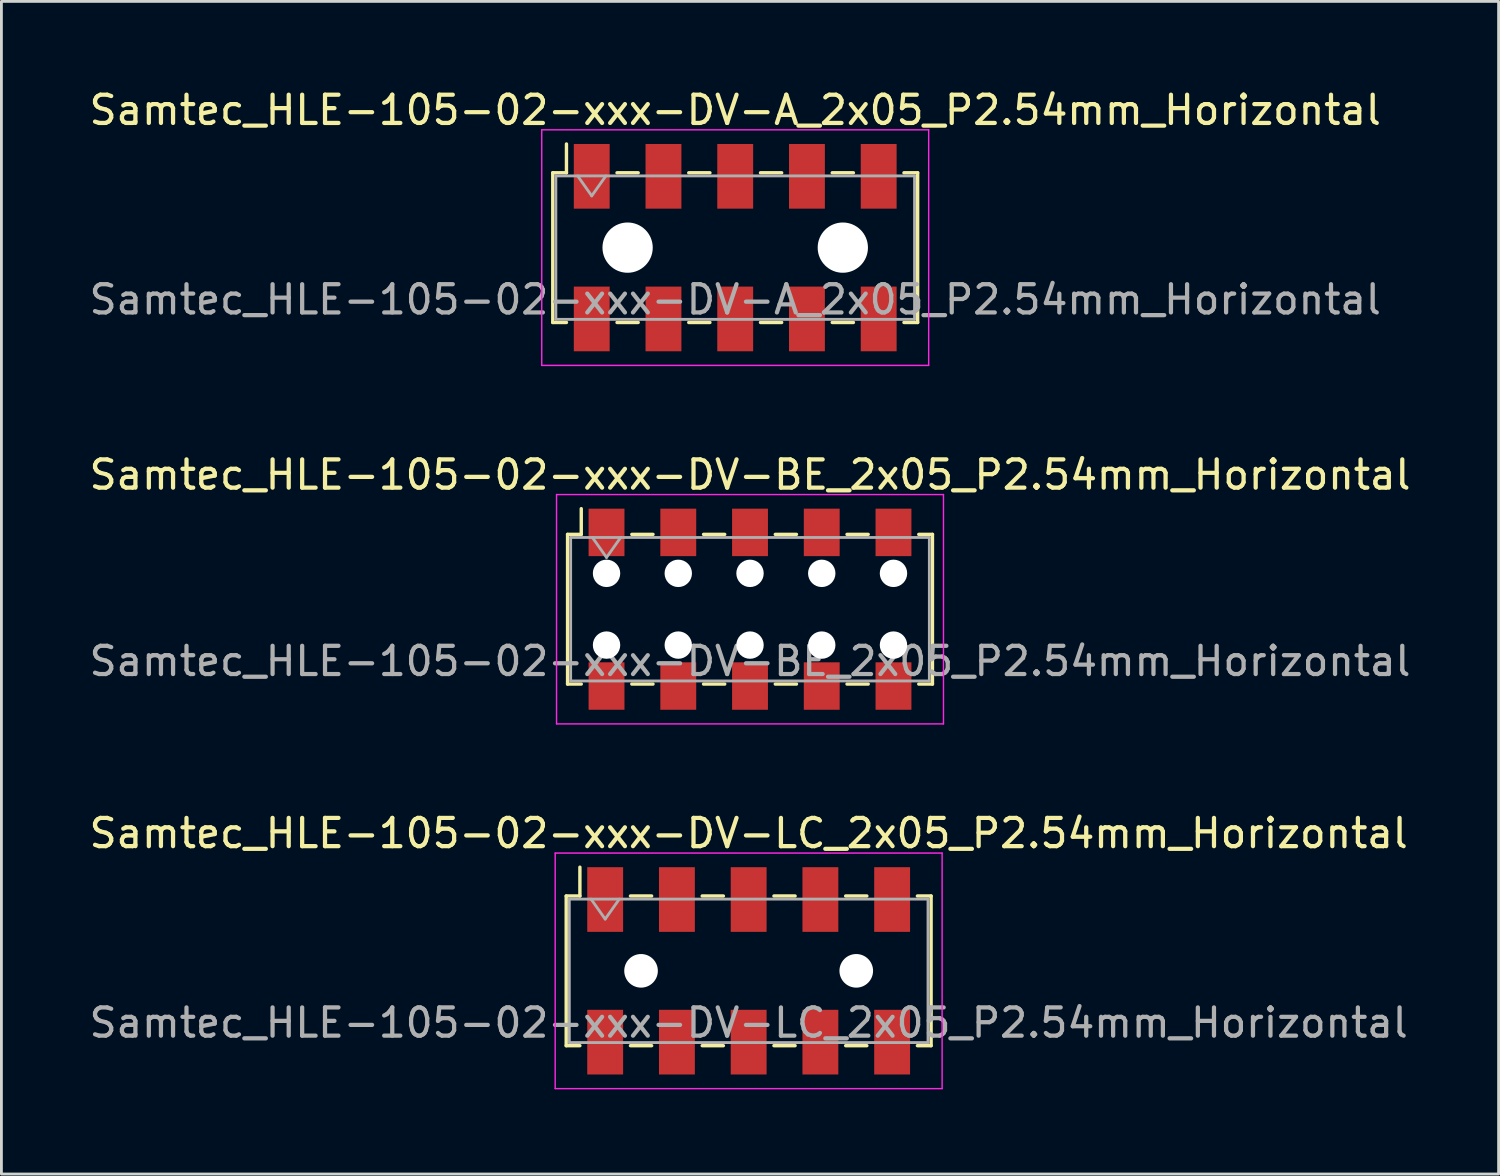
<source format=kicad_pcb>
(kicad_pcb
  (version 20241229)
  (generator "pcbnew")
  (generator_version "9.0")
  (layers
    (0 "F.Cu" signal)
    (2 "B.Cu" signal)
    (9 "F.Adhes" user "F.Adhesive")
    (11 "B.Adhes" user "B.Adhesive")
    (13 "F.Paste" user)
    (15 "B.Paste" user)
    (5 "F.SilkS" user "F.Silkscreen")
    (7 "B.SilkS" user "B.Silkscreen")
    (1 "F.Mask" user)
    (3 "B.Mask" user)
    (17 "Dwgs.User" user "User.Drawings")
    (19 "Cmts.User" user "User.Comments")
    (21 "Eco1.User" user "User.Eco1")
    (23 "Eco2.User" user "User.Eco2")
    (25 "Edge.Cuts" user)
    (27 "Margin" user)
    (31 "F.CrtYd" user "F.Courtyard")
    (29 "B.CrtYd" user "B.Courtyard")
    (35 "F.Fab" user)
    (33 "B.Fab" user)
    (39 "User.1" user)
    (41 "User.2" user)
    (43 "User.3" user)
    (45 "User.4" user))
  (footprint "Samtec_HLE-105-02-xxx-DV-A_2x05_P2.54mm_Horizontal"
    (layer "F.Cu")
    (at 22.982 5.718)
    (property "Reference" "Samtec_HLE-105-02-xxx-DV-A_2x05_P2.54mm_Horizontal" (at 0 -4.87 0) (layer "F.SilkS") (effects (font (size 1 1) (thickness 0.15))))
    (attr smd)
    (fp_line (start -6.46 -2.65) (end -6.46 2.65) (stroke (width 0.12) (type solid)) (layer "F.SilkS"))
    (fp_line (start -6.46 2.65) (end -5.975 2.65) (stroke (width 0.12) (type solid)) (layer "F.SilkS"))
    (fp_line (start -5.975 -3.67) (end -5.975 -2.65) (stroke (width 0.12) (type solid)) (layer "F.SilkS"))
    (fp_line (start -5.975 -2.65) (end -6.46 -2.65) (stroke (width 0.12) (type solid)) (layer "F.SilkS"))
    (fp_line (start -4.185 -2.65) (end -3.435 -2.65) (stroke (width 0.12) (type solid)) (layer "F.SilkS"))
    (fp_line (start -4.185 2.65) (end -3.435 2.65) (stroke (width 0.12) (type solid)) (layer "F.SilkS"))
    (fp_line (start -1.645 -2.65) (end -0.895 -2.65) (stroke (width 0.12) (type solid)) (layer "F.SilkS"))
    (fp_line (start -1.645 2.65) (end -0.895 2.65) (stroke (width 0.12) (type solid)) (layer "F.SilkS"))
    (fp_line (start 0.895 -2.65) (end 1.645 -2.65) (stroke (width 0.12) (type solid)) (layer "F.SilkS"))
    (fp_line (start 0.895 2.65) (end 1.645 2.65) (stroke (width 0.12) (type solid)) (layer "F.SilkS"))
    (fp_line (start 3.435 -2.65) (end 4.185 -2.65) (stroke (width 0.12) (type solid)) (layer "F.SilkS"))
    (fp_line (start 3.435 2.65) (end 4.185 2.65) (stroke (width 0.12) (type solid)) (layer "F.SilkS"))
    (fp_line (start 5.975 -2.65) (end 6.46 -2.65) (stroke (width 0.12) (type solid)) (layer "F.SilkS"))
    (fp_line (start 6.46 -2.65) (end 6.46 2.65) (stroke (width 0.12) (type solid)) (layer "F.SilkS"))
    (fp_line (start 6.46 2.65) (end 5.975 2.65) (stroke (width 0.12) (type solid)) (layer "F.SilkS"))
    (fp_line (start -6.85 -4.17) (end 6.85 -4.17) (stroke (width 0.05) (type solid)) (layer "F.CrtYd"))
    (fp_line (start -6.85 4.17) (end -6.85 -4.17) (stroke (width 0.05) (type solid)) (layer "F.CrtYd"))
    (fp_line (start 6.85 -4.17) (end 6.85 4.17) (stroke (width 0.05) (type solid)) (layer "F.CrtYd"))
    (fp_line (start 6.85 4.17) (end -6.85 4.17) (stroke (width 0.05) (type solid)) (layer "F.CrtYd"))
    (fp_line (start -6.35 -2.54) (end 6.35 -2.54) (stroke (width 0.1) (type solid)) (layer "F.Fab"))
    (fp_line (start -6.35 2.54) (end -6.35 -2.54) (stroke (width 0.1) (type solid)) (layer "F.Fab"))
    (fp_line (start -5.58 -2.54) (end -5.08 -1.833) (stroke (width 0.1) (type solid)) (layer "F.Fab"))
    (fp_line (start -5.08 -1.833) (end -4.58 -2.54) (stroke (width 0.1) (type solid)) (layer "F.Fab"))
    (fp_line (start 6.35 -2.54) (end 6.35 2.54) (stroke (width 0.1) (type solid)) (layer "F.Fab"))
    (fp_line (start 6.35 2.54) (end -6.35 2.54) (stroke (width 0.1) (type solid)) (layer "F.Fab"))
    (fp_text user "${REFERENCE}" (at 0 1.84 0) (layer "F.Fab") (effects (font (size 1 1) (thickness 0.15))))
    (pad "" np_thru_hole circle (at -3.81 0) (size 1.78 1.78) (drill 1.78) (layers "*.Cu" "*.Mask"))
    (pad "" np_thru_hole circle (at 3.81 0) (size 1.78 1.78) (drill 1.78) (layers "*.Cu" "*.Mask"))
    (pad "1" smd rect (at -5.08 -2.525) (size 1.27 2.29) (layers "F.Cu" "F.Mask" "F.Paste"))
    (pad "2" smd rect (at -5.08 2.525) (size 1.27 2.29) (layers "F.Cu" "F.Mask" "F.Paste"))
    (pad "3" smd rect (at -2.54 -2.525) (size 1.27 2.29) (layers "F.Cu" "F.Mask" "F.Paste"))
    (pad "4" smd rect (at -2.54 2.525) (size 1.27 2.29) (layers "F.Cu" "F.Mask" "F.Paste"))
    (pad "5" smd rect (at 0 -2.525) (size 1.27 2.29) (layers "F.Cu" "F.Mask" "F.Paste"))
    (pad "6" smd rect (at 0 2.525) (size 1.27 2.29) (layers "F.Cu" "F.Mask" "F.Paste"))
    (pad "7" smd rect (at 2.54 -2.525) (size 1.27 2.29) (layers "F.Cu" "F.Mask" "F.Paste"))
    (pad "8" smd rect (at 2.54 2.525) (size 1.27 2.29) (layers "F.Cu" "F.Mask" "F.Paste"))
    (pad "9" smd rect (at 5.08 -2.525) (size 1.27 2.29) (layers "F.Cu" "F.Mask" "F.Paste"))
    (pad "10" smd rect (at 5.08 2.525) (size 1.27 2.29) (layers "F.Cu" "F.Mask" "F.Paste")))
  (footprint "Samtec_HLE-105-02-xxx-DV-BE_2x05_P2.54mm_Horizontal"
    (layer "F.Cu")
    (at 23.506 18.521)
    (property "Reference" "Samtec_HLE-105-02-xxx-DV-BE_2x05_P2.54mm_Horizontal" (at 0 -4.76 0) (layer "F.SilkS") (effects (font (size 1 1) (thickness 0.15))))
    (attr smd)
    (fp_line (start -6.46 -2.65) (end -6.46 2.65) (stroke (width 0.12) (type solid)) (layer "F.SilkS"))
    (fp_line (start -6.46 2.65) (end -5.975 2.65) (stroke (width 0.12) (type solid)) (layer "F.SilkS"))
    (fp_line (start -5.975 -3.56) (end -5.975 -2.65) (stroke (width 0.12) (type solid)) (layer "F.SilkS"))
    (fp_line (start -5.975 -2.65) (end -6.46 -2.65) (stroke (width 0.12) (type solid)) (layer "F.SilkS"))
    (fp_line (start -4.185 -2.65) (end -3.435 -2.65) (stroke (width 0.12) (type solid)) (layer "F.SilkS"))
    (fp_line (start -4.185 2.65) (end -3.435 2.65) (stroke (width 0.12) (type solid)) (layer "F.SilkS"))
    (fp_line (start -1.645 -2.65) (end -0.895 -2.65) (stroke (width 0.12) (type solid)) (layer "F.SilkS"))
    (fp_line (start -1.645 2.65) (end -0.895 2.65) (stroke (width 0.12) (type solid)) (layer "F.SilkS"))
    (fp_line (start 0.895 -2.65) (end 1.645 -2.65) (stroke (width 0.12) (type solid)) (layer "F.SilkS"))
    (fp_line (start 0.895 2.65) (end 1.645 2.65) (stroke (width 0.12) (type solid)) (layer "F.SilkS"))
    (fp_line (start 3.435 -2.65) (end 4.185 -2.65) (stroke (width 0.12) (type solid)) (layer "F.SilkS"))
    (fp_line (start 3.435 2.65) (end 4.185 2.65) (stroke (width 0.12) (type solid)) (layer "F.SilkS"))
    (fp_line (start 5.975 -2.65) (end 6.46 -2.65) (stroke (width 0.12) (type solid)) (layer "F.SilkS"))
    (fp_line (start 6.46 -2.65) (end 6.46 2.65) (stroke (width 0.12) (type solid)) (layer "F.SilkS"))
    (fp_line (start 6.46 2.65) (end 5.975 2.65) (stroke (width 0.12) (type solid)) (layer "F.SilkS"))
    (fp_line (start -6.85 -4.06) (end 6.85 -4.06) (stroke (width 0.05) (type solid)) (layer "F.CrtYd"))
    (fp_line (start -6.85 4.06) (end -6.85 -4.06) (stroke (width 0.05) (type solid)) (layer "F.CrtYd"))
    (fp_line (start 6.85 -4.06) (end 6.85 4.06) (stroke (width 0.05) (type solid)) (layer "F.CrtYd"))
    (fp_line (start 6.85 4.06) (end -6.85 4.06) (stroke (width 0.05) (type solid)) (layer "F.CrtYd"))
    (fp_line (start -6.35 -2.54) (end 6.35 -2.54) (stroke (width 0.1) (type solid)) (layer "F.Fab"))
    (fp_line (start -6.35 2.54) (end -6.35 -2.54) (stroke (width 0.1) (type solid)) (layer "F.Fab"))
    (fp_line (start -5.58 -2.54) (end -5.08 -1.833) (stroke (width 0.1) (type solid)) (layer "F.Fab"))
    (fp_line (start -5.08 -1.833) (end -4.58 -2.54) (stroke (width 0.1) (type solid)) (layer "F.Fab"))
    (fp_line (start 6.35 -2.54) (end 6.35 2.54) (stroke (width 0.1) (type solid)) (layer "F.Fab"))
    (fp_line (start 6.35 2.54) (end -6.35 2.54) (stroke (width 0.1) (type solid)) (layer "F.Fab"))
    (fp_text user "${REFERENCE}" (at 0 1.84 0) (layer "F.Fab") (effects (font (size 1 1) (thickness 0.15))))
    (pad "" np_thru_hole circle (at -5.08 -1.27) (size 0.97 0.97) (drill 0.97) (layers "*.Cu" "*.Mask"))
    (pad "" np_thru_hole circle (at -5.08 1.27) (size 0.97 0.97) (drill 0.97) (layers "*.Cu" "*.Mask"))
    (pad "" np_thru_hole circle (at -2.54 -1.27) (size 0.97 0.97) (drill 0.97) (layers "*.Cu" "*.Mask"))
    (pad "" np_thru_hole circle (at -2.54 1.27) (size 0.97 0.97) (drill 0.97) (layers "*.Cu" "*.Mask"))
    (pad "" np_thru_hole circle (at 0 -1.27) (size 0.97 0.97) (drill 0.97) (layers "*.Cu" "*.Mask"))
    (pad "" np_thru_hole circle (at 0 1.27) (size 0.97 0.97) (drill 0.97) (layers "*.Cu" "*.Mask"))
    (pad "" np_thru_hole circle (at 2.54 -1.27) (size 0.97 0.97) (drill 0.97) (layers "*.Cu" "*.Mask"))
    (pad "" np_thru_hole circle (at 2.54 1.27) (size 0.97 0.97) (drill 0.97) (layers "*.Cu" "*.Mask"))
    (pad "" np_thru_hole circle (at 5.08 -1.27) (size 0.97 0.97) (drill 0.97) (layers "*.Cu" "*.Mask"))
    (pad "" np_thru_hole circle (at 5.08 1.27) (size 0.97 0.97) (drill 0.97) (layers "*.Cu" "*.Mask"))
    (pad "1" smd rect (at -5.08 -2.72) (size 1.27 1.68) (layers "F.Cu" "F.Mask" "F.Paste"))
    (pad "2" smd rect (at -5.08 2.72) (size 1.27 1.68) (layers "F.Cu" "F.Mask" "F.Paste"))
    (pad "3" smd rect (at -2.54 -2.72) (size 1.27 1.68) (layers "F.Cu" "F.Mask" "F.Paste"))
    (pad "4" smd rect (at -2.54 2.72) (size 1.27 1.68) (layers "F.Cu" "F.Mask" "F.Paste"))
    (pad "5" smd rect (at 0 -2.72) (size 1.27 1.68) (layers "F.Cu" "F.Mask" "F.Paste"))
    (pad "6" smd rect (at 0 2.72) (size 1.27 1.68) (layers "F.Cu" "F.Mask" "F.Paste"))
    (pad "7" smd rect (at 2.54 -2.72) (size 1.27 1.68) (layers "F.Cu" "F.Mask" "F.Paste"))
    (pad "8" smd rect (at 2.54 2.72) (size 1.27 1.68) (layers "F.Cu" "F.Mask" "F.Paste"))
    (pad "9" smd rect (at 5.08 -2.72) (size 1.27 1.68) (layers "F.Cu" "F.Mask" "F.Paste"))
    (pad "10" smd rect (at 5.08 2.72) (size 1.27 1.68) (layers "F.Cu" "F.Mask" "F.Paste")))
  (footprint "Samtec_HLE-105-02-xxx-DV-LC_2x05_P2.54mm_Horizontal"
    (layer "F.Cu")
    (at 23.458 31.325)
    (property "Reference" "Samtec_HLE-105-02-xxx-DV-LC_2x05_P2.54mm_Horizontal" (at 0 -4.87 0) (layer "F.SilkS") (effects (font (size 1 1) (thickness 0.15))))
    (attr smd)
    (fp_line (start -6.46 -2.65) (end -6.46 2.65) (stroke (width 0.12) (type solid)) (layer "F.SilkS"))
    (fp_line (start -6.46 2.65) (end -5.975 2.65) (stroke (width 0.12) (type solid)) (layer "F.SilkS"))
    (fp_line (start -5.975 -3.67) (end -5.975 -2.65) (stroke (width 0.12) (type solid)) (layer "F.SilkS"))
    (fp_line (start -5.975 -2.65) (end -6.46 -2.65) (stroke (width 0.12) (type solid)) (layer "F.SilkS"))
    (fp_line (start -4.185 -2.65) (end -3.435 -2.65) (stroke (width 0.12) (type solid)) (layer "F.SilkS"))
    (fp_line (start -4.185 2.65) (end -3.435 2.65) (stroke (width 0.12) (type solid)) (layer "F.SilkS"))
    (fp_line (start -1.645 -2.65) (end -0.895 -2.65) (stroke (width 0.12) (type solid)) (layer "F.SilkS"))
    (fp_line (start -1.645 2.65) (end -0.895 2.65) (stroke (width 0.12) (type solid)) (layer "F.SilkS"))
    (fp_line (start 0.895 -2.65) (end 1.645 -2.65) (stroke (width 0.12) (type solid)) (layer "F.SilkS"))
    (fp_line (start 0.895 2.65) (end 1.645 2.65) (stroke (width 0.12) (type solid)) (layer "F.SilkS"))
    (fp_line (start 3.435 -2.65) (end 4.185 -2.65) (stroke (width 0.12) (type solid)) (layer "F.SilkS"))
    (fp_line (start 3.435 2.65) (end 4.185 2.65) (stroke (width 0.12) (type solid)) (layer "F.SilkS"))
    (fp_line (start 5.975 -2.65) (end 6.46 -2.65) (stroke (width 0.12) (type solid)) (layer "F.SilkS"))
    (fp_line (start 6.46 -2.65) (end 6.46 2.65) (stroke (width 0.12) (type solid)) (layer "F.SilkS"))
    (fp_line (start 6.46 2.65) (end 5.975 2.65) (stroke (width 0.12) (type solid)) (layer "F.SilkS"))
    (fp_line (start -6.85 -4.17) (end 6.85 -4.17) (stroke (width 0.05) (type solid)) (layer "F.CrtYd"))
    (fp_line (start -6.85 4.17) (end -6.85 -4.17) (stroke (width 0.05) (type solid)) (layer "F.CrtYd"))
    (fp_line (start 6.85 -4.17) (end 6.85 4.17) (stroke (width 0.05) (type solid)) (layer "F.CrtYd"))
    (fp_line (start 6.85 4.17) (end -6.85 4.17) (stroke (width 0.05) (type solid)) (layer "F.CrtYd"))
    (fp_line (start -6.35 -2.54) (end 6.35 -2.54) (stroke (width 0.1) (type solid)) (layer "F.Fab"))
    (fp_line (start -6.35 2.54) (end -6.35 -2.54) (stroke (width 0.1) (type solid)) (layer "F.Fab"))
    (fp_line (start -5.58 -2.54) (end -5.08 -1.833) (stroke (width 0.1) (type solid)) (layer "F.Fab"))
    (fp_line (start -5.08 -1.833) (end -4.58 -2.54) (stroke (width 0.1) (type solid)) (layer "F.Fab"))
    (fp_line (start 6.35 -2.54) (end 6.35 2.54) (stroke (width 0.1) (type solid)) (layer "F.Fab"))
    (fp_line (start 6.35 2.54) (end -6.35 2.54) (stroke (width 0.1) (type solid)) (layer "F.Fab"))
    (fp_text user "${REFERENCE}" (at 0 1.84 0) (layer "F.Fab") (effects (font (size 1 1) (thickness 0.15))))
    (pad "" np_thru_hole circle (at -3.81 0) (size 1.19 1.19) (drill 1.19) (layers "*.Cu" "*.Mask"))
    (pad "" np_thru_hole circle (at 3.81 0) (size 1.19 1.19) (drill 1.19) (layers "*.Cu" "*.Mask"))
    (pad "1" smd rect (at -5.08 -2.525) (size 1.27 2.29) (layers "F.Cu" "F.Mask" "F.Paste"))
    (pad "2" smd rect (at -5.08 2.525) (size 1.27 2.29) (layers "F.Cu" "F.Mask" "F.Paste"))
    (pad "3" smd rect (at -2.54 -2.525) (size 1.27 2.29) (layers "F.Cu" "F.Mask" "F.Paste"))
    (pad "4" smd rect (at -2.54 2.525) (size 1.27 2.29) (layers "F.Cu" "F.Mask" "F.Paste"))
    (pad "5" smd rect (at 0 -2.525) (size 1.27 2.29) (layers "F.Cu" "F.Mask" "F.Paste"))
    (pad "6" smd rect (at 0 2.525) (size 1.27 2.29) (layers "F.Cu" "F.Mask" "F.Paste"))
    (pad "7" smd rect (at 2.54 -2.525) (size 1.27 2.29) (layers "F.Cu" "F.Mask" "F.Paste"))
    (pad "8" smd rect (at 2.54 2.525) (size 1.27 2.29) (layers "F.Cu" "F.Mask" "F.Paste"))
    (pad "9" smd rect (at 5.08 -2.525) (size 1.27 2.29) (layers "F.Cu" "F.Mask" "F.Paste"))
    (pad "10" smd rect (at 5.08 2.525) (size 1.27 2.29) (layers "F.Cu" "F.Mask" "F.Paste")))
  (gr_rect
    (start -3 -3)
    (end 50.012 38.52)
    (stroke (width 0.1) (type default))
    (fill no)
    (layer "Edge.Cuts")))
</source>
